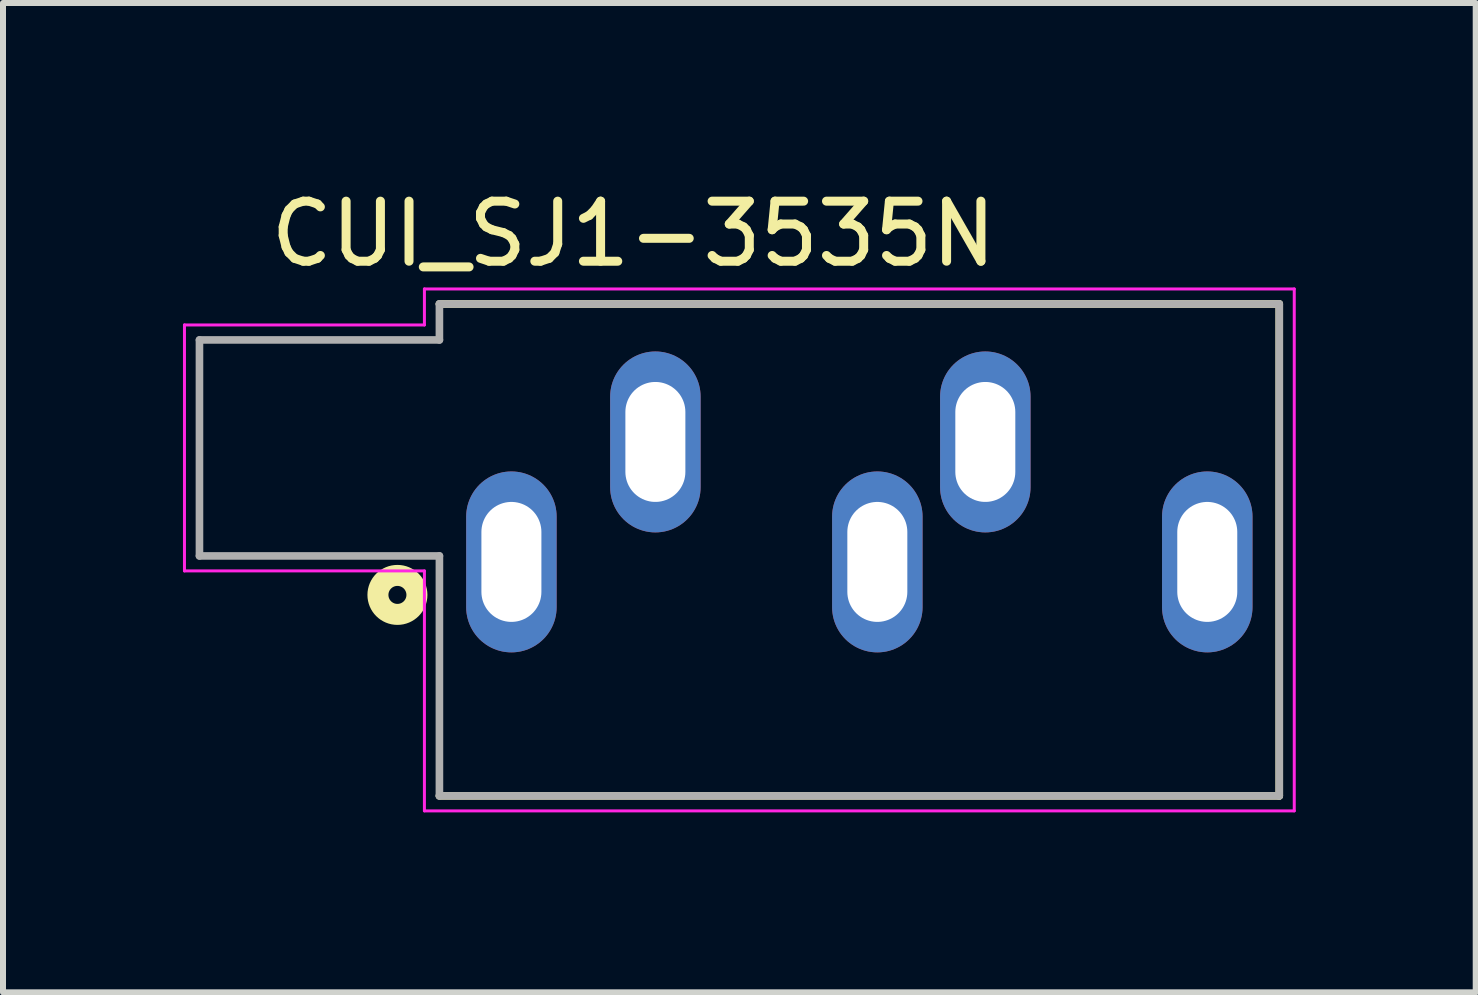
<source format=kicad_pcb>
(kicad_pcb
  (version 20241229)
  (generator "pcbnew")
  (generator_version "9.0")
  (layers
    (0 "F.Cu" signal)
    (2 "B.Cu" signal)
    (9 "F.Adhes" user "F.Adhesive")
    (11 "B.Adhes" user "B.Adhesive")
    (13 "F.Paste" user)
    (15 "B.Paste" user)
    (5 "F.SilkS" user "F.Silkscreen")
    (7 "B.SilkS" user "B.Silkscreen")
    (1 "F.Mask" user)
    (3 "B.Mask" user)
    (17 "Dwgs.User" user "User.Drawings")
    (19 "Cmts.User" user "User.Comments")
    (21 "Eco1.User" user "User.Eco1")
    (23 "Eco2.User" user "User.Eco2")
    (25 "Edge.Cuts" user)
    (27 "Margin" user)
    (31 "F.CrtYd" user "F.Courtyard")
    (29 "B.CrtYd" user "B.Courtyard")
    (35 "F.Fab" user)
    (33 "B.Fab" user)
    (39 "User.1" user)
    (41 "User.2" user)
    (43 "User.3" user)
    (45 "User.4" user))
  (footprint "CUI_SJ1-3535N"
    (layer "F.Cu")
    (at 5.475 6.317)
    (property "Reference" "CUI_SJ1-3535N" (at 2.035 -5.468 0) (layer "F.SilkS") (effects (font (size 1.001 1.001) (thickness 0.15))))
    (attr through_hole)
    (fp_line (start -1.2 -4.3) (end 12.8 -4.3) (stroke (width 0.127) (type solid)) (layer "F.SilkS"))
    (fp_line (start 12.8 -4.3) (end 12.8 3.9) (stroke (width 0.127) (type solid)) (layer "F.SilkS"))
    (fp_line (start 12.8 3.9) (end -1.2 3.9) (stroke (width 0.127) (type solid)) (layer "F.SilkS"))
    (fp_circle (center -1.9 0.55) (end -1.75 0.55) (stroke (width 0.35) (type solid)) (fill no) (layer "F.SilkS"))
    (fp_line (start -5.45 -3.95) (end -1.45 -3.95) (stroke (width 0.05) (type solid)) (layer "F.CrtYd"))
    (fp_line (start -5.45 0.15) (end -5.45 -3.95) (stroke (width 0.05) (type solid)) (layer "F.CrtYd"))
    (fp_line (start -1.45 -4.55) (end 13.05 -4.55) (stroke (width 0.05) (type solid)) (layer "F.CrtYd"))
    (fp_line (start -1.45 -3.95) (end -1.45 -4.55) (stroke (width 0.05) (type solid)) (layer "F.CrtYd"))
    (fp_line (start -1.45 0.15) (end -5.45 0.15) (stroke (width 0.05) (type solid)) (layer "F.CrtYd"))
    (fp_line (start -1.45 4.15) (end -1.45 0.15) (stroke (width 0.05) (type solid)) (layer "F.CrtYd"))
    (fp_line (start 13.05 -4.55) (end 13.05 4.15) (stroke (width 0.05) (type solid)) (layer "F.CrtYd"))
    (fp_line (start 13.05 4.15) (end -1.45 4.15) (stroke (width 0.05) (type solid)) (layer "F.CrtYd"))
    (fp_line (start -5.2 -3.7) (end -1.2 -3.7) (stroke (width 0.127) (type solid)) (layer "F.Fab"))
    (fp_line (start -5.2 -0.1) (end -5.2 -3.7) (stroke (width 0.127) (type solid)) (layer "F.Fab"))
    (fp_line (start -1.2 -4.3) (end 12.8 -4.3) (stroke (width 0.127) (type solid)) (layer "F.Fab"))
    (fp_line (start -1.2 -3.7) (end -1.2 -4.3) (stroke (width 0.127) (type solid)) (layer "F.Fab"))
    (fp_line (start -1.2 -0.1) (end -5.2 -0.1) (stroke (width 0.127) (type solid)) (layer "F.Fab"))
    (fp_line (start -1.2 3.9) (end -1.2 -0.1) (stroke (width 0.127) (type solid)) (layer "F.Fab"))
    (fp_line (start 12.8 -4.3) (end 12.8 3.9) (stroke (width 0.127) (type solid)) (layer "F.Fab"))
    (fp_line (start 12.8 3.9) (end -1.2 3.9) (stroke (width 0.127) (type solid)) (layer "F.Fab"))
    (pad "1" thru_hole oval (at 0 0) (size 1.508 3.016) (drill oval 1 2) (layers "*.Cu" "*.Mask"))
    (pad "2" thru_hole oval (at 2.4 -2) (size 1.508 3.016) (drill oval 1 2) (layers "*.Cu" "*.Mask"))
    (pad "3" thru_hole oval (at 7.9 -2) (size 1.508 3.016) (drill oval 1 2) (layers "*.Cu" "*.Mask"))
    (pad "4" thru_hole oval (at 11.6 0) (size 1.508 3.016) (drill oval 1 2) (layers "*.Cu" "*.Mask"))
    (pad "5" thru_hole oval (at 6.1 0) (size 1.508 3.016) (drill oval 1 2) (layers "*.Cu" "*.Mask")))
  (gr_rect
    (start -3 -3)
    (end 21.55 13.492)
    (stroke (width 0.1) (type default))
    (fill no)
    (layer "Edge.Cuts")))
</source>
